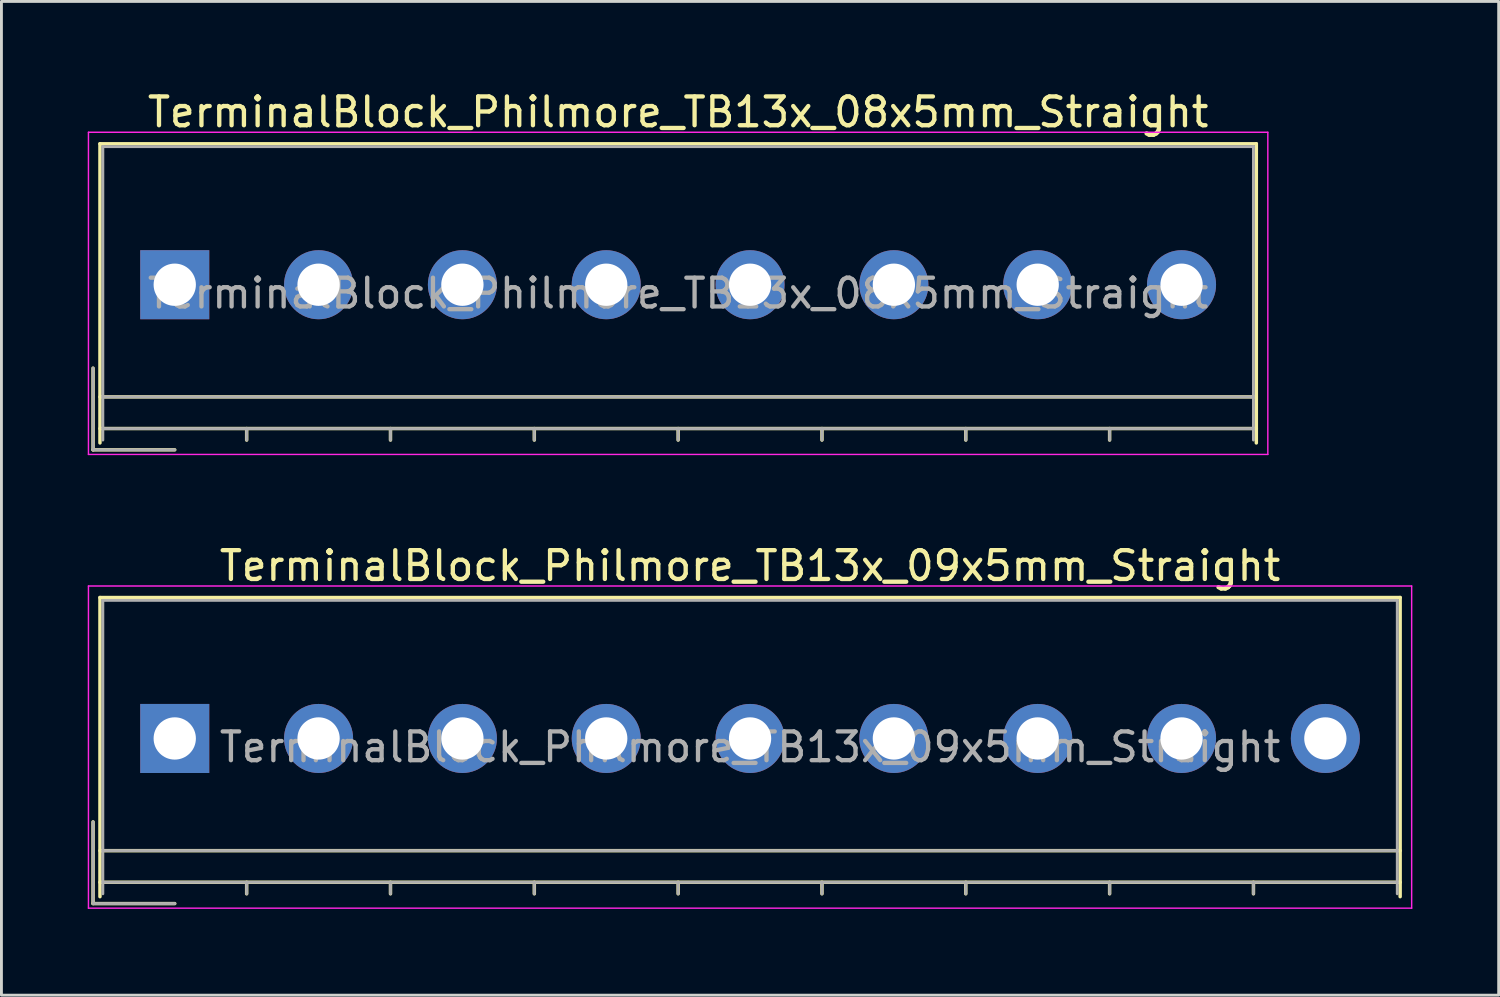
<source format=kicad_pcb>
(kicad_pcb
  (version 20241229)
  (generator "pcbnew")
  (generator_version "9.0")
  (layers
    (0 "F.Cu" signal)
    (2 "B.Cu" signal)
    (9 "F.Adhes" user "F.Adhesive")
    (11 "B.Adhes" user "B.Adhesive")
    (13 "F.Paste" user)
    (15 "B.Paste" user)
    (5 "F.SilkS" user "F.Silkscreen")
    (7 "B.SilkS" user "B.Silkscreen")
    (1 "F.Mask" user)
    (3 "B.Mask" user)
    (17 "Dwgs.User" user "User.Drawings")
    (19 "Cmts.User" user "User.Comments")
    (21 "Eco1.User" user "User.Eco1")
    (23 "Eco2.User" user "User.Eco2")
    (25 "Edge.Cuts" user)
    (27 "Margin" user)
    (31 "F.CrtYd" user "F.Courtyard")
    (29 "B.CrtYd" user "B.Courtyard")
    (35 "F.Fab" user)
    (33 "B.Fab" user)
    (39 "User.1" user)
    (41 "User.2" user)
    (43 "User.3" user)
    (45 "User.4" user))
  (footprint "TerminalBlock_Philmore_TB13x_09x5mm_Straight"
    (layer "F.Cu")
    (at 3.025 22.622)
    (property "Reference" "TerminalBlock_Philmore_TB13x_09x5mm_Straight" (at 20 -6 0) (layer "F.SilkS") (effects (font (size 1 1) (thickness 0.15))))
    (attr through_hole)
    (fp_line (start -2.84 2.9) (end -2.84 5.74) (stroke (width 0.12) (type solid)) (layer "F.SilkS"))
    (fp_line (start -2.84 5.74) (end 0 5.74) (stroke (width 0.12) (type solid)) (layer "F.SilkS"))
    (fp_line (start -2.6 -4.9) (end 42.6 -4.9) (stroke (width 0.12) (type solid)) (layer "F.SilkS"))
    (fp_line (start -2.6 3.9) (end 42.6 3.9) (stroke (width 0.12) (type solid)) (layer "F.SilkS"))
    (fp_line (start -2.6 5) (end 42.6 5) (stroke (width 0.12) (type solid)) (layer "F.SilkS"))
    (fp_line (start -2.6 5.5) (end -2.6 -4.9) (stroke (width 0.12) (type solid)) (layer "F.SilkS"))
    (fp_line (start 2.5 5) (end 2.5 5.4) (stroke (width 0.12) (type solid)) (layer "F.SilkS"))
    (fp_line (start 7.5 5) (end 7.5 5.4) (stroke (width 0.12) (type solid)) (layer "F.SilkS"))
    (fp_line (start 12.5 5) (end 12.5 5.4) (stroke (width 0.12) (type solid)) (layer "F.SilkS"))
    (fp_line (start 17.5 5) (end 17.5 5.4) (stroke (width 0.12) (type solid)) (layer "F.SilkS"))
    (fp_line (start 22.5 5) (end 22.5 5.4) (stroke (width 0.12) (type solid)) (layer "F.SilkS"))
    (fp_line (start 27.5 5) (end 27.5 5.4) (stroke (width 0.12) (type solid)) (layer "F.SilkS"))
    (fp_line (start 32.5 5) (end 32.5 5.4) (stroke (width 0.12) (type solid)) (layer "F.SilkS"))
    (fp_line (start 37.5 5) (end 37.5 5.4) (stroke (width 0.12) (type solid)) (layer "F.SilkS"))
    (fp_line (start 42.6 -4.9) (end 42.6 5.5) (stroke (width 0.12) (type solid)) (layer "F.SilkS"))
    (fp_line (start -3 -5.3) (end -3 5.9) (stroke (width 0.05) (type solid)) (layer "F.CrtYd"))
    (fp_line (start -3 5.9) (end 43 5.9) (stroke (width 0.05) (type solid)) (layer "F.CrtYd"))
    (fp_line (start 43 -5.3) (end -3 -5.3) (stroke (width 0.05) (type solid)) (layer "F.CrtYd"))
    (fp_line (start 43 5.9) (end 43 -5.3) (stroke (width 0.05) (type solid)) (layer "F.CrtYd"))
    (fp_line (start -2.84 2.9) (end -2.84 5.74) (stroke (width 0.1) (type solid)) (layer "F.Fab"))
    (fp_line (start -2.84 5.74) (end 0 5.74) (stroke (width 0.1) (type solid)) (layer "F.Fab"))
    (fp_line (start -2.5 -4.8) (end 42.5 -4.8) (stroke (width 0.1) (type solid)) (layer "F.Fab"))
    (fp_line (start -2.5 3.9) (end 42.5 3.9) (stroke (width 0.1) (type solid)) (layer "F.Fab"))
    (fp_line (start -2.5 5) (end 42.5 5) (stroke (width 0.1) (type solid)) (layer "F.Fab"))
    (fp_line (start -2.5 5.4) (end -2.5 -4.8) (stroke (width 0.1) (type solid)) (layer "F.Fab"))
    (fp_line (start 2.5 5) (end 2.5 5.4) (stroke (width 0.1) (type solid)) (layer "F.Fab"))
    (fp_line (start 7.5 5) (end 7.5 5.4) (stroke (width 0.1) (type solid)) (layer "F.Fab"))
    (fp_line (start 12.5 5) (end 12.5 5.4) (stroke (width 0.1) (type solid)) (layer "F.Fab"))
    (fp_line (start 17.5 5) (end 17.5 5.4) (stroke (width 0.1) (type solid)) (layer "F.Fab"))
    (fp_line (start 22.5 5) (end 22.5 5.4) (stroke (width 0.1) (type solid)) (layer "F.Fab"))
    (fp_line (start 27.5 5) (end 27.5 5.4) (stroke (width 0.1) (type solid)) (layer "F.Fab"))
    (fp_line (start 32.5 5) (end 32.5 5.4) (stroke (width 0.1) (type solid)) (layer "F.Fab"))
    (fp_line (start 37.5 5) (end 37.5 5.4) (stroke (width 0.1) (type solid)) (layer "F.Fab"))
    (fp_line (start 42.5 -4.8) (end 42.5 5.4) (stroke (width 0.1) (type solid)) (layer "F.Fab"))
    (fp_text user "${REFERENCE}" (at 20 0.3 0) (layer "F.Fab") (effects (font (size 1 1) (thickness 0.15))))
    (pad "1" thru_hole rect (at 0 0) (size 2.4 2.4) (drill 1.47) (layers "*.Cu" "*.Mask"))
    (pad "2" thru_hole circle (at 5 0) (size 2.4 2.4) (drill 1.47) (layers "*.Cu" "*.Mask"))
    (pad "3" thru_hole circle (at 10 0) (size 2.4 2.4) (drill 1.47) (layers "*.Cu" "*.Mask"))
    (pad "4" thru_hole circle (at 15 0) (size 2.4 2.4) (drill 1.47) (layers "*.Cu" "*.Mask"))
    (pad "5" thru_hole circle (at 20 0) (size 2.4 2.4) (drill 1.47) (layers "*.Cu" "*.Mask"))
    (pad "6" thru_hole circle (at 25 0) (size 2.4 2.4) (drill 1.47) (layers "*.Cu" "*.Mask"))
    (pad "7" thru_hole circle (at 30 0) (size 2.4 2.4) (drill 1.47) (layers "*.Cu" "*.Mask"))
    (pad "8" thru_hole circle (at 35 0) (size 2.4 2.4) (drill 1.47) (layers "*.Cu" "*.Mask"))
    (pad "9" thru_hole circle (at 40 0) (size 2.4 2.4) (drill 1.47) (layers "*.Cu" "*.Mask")))
  (footprint "TerminalBlock_Philmore_TB13x_08x5mm_Straight"
    (layer "F.Cu")
    (at 3.025 6.848)
    (property "Reference" "TerminalBlock_Philmore_TB13x_08x5mm_Straight" (at 17.5 -6 0) (layer "F.SilkS") (effects (font (size 1 1) (thickness 0.15))))
    (attr through_hole)
    (fp_line (start -2.84 2.9) (end -2.84 5.74) (stroke (width 0.12) (type solid)) (layer "F.SilkS"))
    (fp_line (start -2.84 5.74) (end 0 5.74) (stroke (width 0.12) (type solid)) (layer "F.SilkS"))
    (fp_line (start -2.6 -4.9) (end 37.6 -4.9) (stroke (width 0.12) (type solid)) (layer "F.SilkS"))
    (fp_line (start -2.6 3.9) (end 37.6 3.9) (stroke (width 0.12) (type solid)) (layer "F.SilkS"))
    (fp_line (start -2.6 5) (end 37.6 5) (stroke (width 0.12) (type solid)) (layer "F.SilkS"))
    (fp_line (start -2.6 5.5) (end -2.6 -4.9) (stroke (width 0.12) (type solid)) (layer "F.SilkS"))
    (fp_line (start 2.5 5) (end 2.5 5.4) (stroke (width 0.12) (type solid)) (layer "F.SilkS"))
    (fp_line (start 7.5 5) (end 7.5 5.4) (stroke (width 0.12) (type solid)) (layer "F.SilkS"))
    (fp_line (start 12.5 5) (end 12.5 5.4) (stroke (width 0.12) (type solid)) (layer "F.SilkS"))
    (fp_line (start 17.5 5) (end 17.5 5.4) (stroke (width 0.12) (type solid)) (layer "F.SilkS"))
    (fp_line (start 22.5 5) (end 22.5 5.4) (stroke (width 0.12) (type solid)) (layer "F.SilkS"))
    (fp_line (start 27.5 5) (end 27.5 5.4) (stroke (width 0.12) (type solid)) (layer "F.SilkS"))
    (fp_line (start 32.5 5) (end 32.5 5.4) (stroke (width 0.12) (type solid)) (layer "F.SilkS"))
    (fp_line (start 37.6 -4.9) (end 37.6 5.5) (stroke (width 0.12) (type solid)) (layer "F.SilkS"))
    (fp_line (start -3 -5.3) (end -3 5.9) (stroke (width 0.05) (type solid)) (layer "F.CrtYd"))
    (fp_line (start -3 5.9) (end 38 5.9) (stroke (width 0.05) (type solid)) (layer "F.CrtYd"))
    (fp_line (start 38 -5.3) (end -3 -5.3) (stroke (width 0.05) (type solid)) (layer "F.CrtYd"))
    (fp_line (start 38 5.9) (end 38 -5.3) (stroke (width 0.05) (type solid)) (layer "F.CrtYd"))
    (fp_line (start -2.84 2.9) (end -2.84 5.74) (stroke (width 0.1) (type solid)) (layer "F.Fab"))
    (fp_line (start -2.84 5.74) (end 0 5.74) (stroke (width 0.1) (type solid)) (layer "F.Fab"))
    (fp_line (start -2.5 -4.8) (end 37.5 -4.8) (stroke (width 0.1) (type solid)) (layer "F.Fab"))
    (fp_line (start -2.5 3.9) (end 37.5 3.9) (stroke (width 0.1) (type solid)) (layer "F.Fab"))
    (fp_line (start -2.5 5) (end 37.5 5) (stroke (width 0.1) (type solid)) (layer "F.Fab"))
    (fp_line (start -2.5 5.4) (end -2.5 -4.8) (stroke (width 0.1) (type solid)) (layer "F.Fab"))
    (fp_line (start 2.5 5) (end 2.5 5.4) (stroke (width 0.1) (type solid)) (layer "F.Fab"))
    (fp_line (start 7.5 5) (end 7.5 5.4) (stroke (width 0.1) (type solid)) (layer "F.Fab"))
    (fp_line (start 12.5 5) (end 12.5 5.4) (stroke (width 0.1) (type solid)) (layer "F.Fab"))
    (fp_line (start 17.5 5) (end 17.5 5.4) (stroke (width 0.1) (type solid)) (layer "F.Fab"))
    (fp_line (start 22.5 5) (end 22.5 5.4) (stroke (width 0.1) (type solid)) (layer "F.Fab"))
    (fp_line (start 27.5 5) (end 27.5 5.4) (stroke (width 0.1) (type solid)) (layer "F.Fab"))
    (fp_line (start 32.5 5) (end 32.5 5.4) (stroke (width 0.1) (type solid)) (layer "F.Fab"))
    (fp_line (start 37.5 -4.8) (end 37.5 5.4) (stroke (width 0.1) (type solid)) (layer "F.Fab"))
    (fp_text user "${REFERENCE}" (at 17.5 0.3 0) (layer "F.Fab") (effects (font (size 1 1) (thickness 0.15))))
    (pad "1" thru_hole rect (at 0 0) (size 2.4 2.4) (drill 1.47) (layers "*.Cu" "*.Mask"))
    (pad "2" thru_hole circle (at 5 0) (size 2.4 2.4) (drill 1.47) (layers "*.Cu" "*.Mask"))
    (pad "3" thru_hole circle (at 10 0) (size 2.4 2.4) (drill 1.47) (layers "*.Cu" "*.Mask"))
    (pad "4" thru_hole circle (at 15 0) (size 2.4 2.4) (drill 1.47) (layers "*.Cu" "*.Mask"))
    (pad "5" thru_hole circle (at 20 0) (size 2.4 2.4) (drill 1.47) (layers "*.Cu" "*.Mask"))
    (pad "6" thru_hole circle (at 25 0) (size 2.4 2.4) (drill 1.47) (layers "*.Cu" "*.Mask"))
    (pad "7" thru_hole circle (at 30 0) (size 2.4 2.4) (drill 1.47) (layers "*.Cu" "*.Mask"))
    (pad "8" thru_hole circle (at 35 0) (size 2.4 2.4) (drill 1.47) (layers "*.Cu" "*.Mask")))
  (gr_rect
    (start -3 -3)
    (end 49.05 31.547)
    (stroke (width 0.1) (type default))
    (fill no)
    (layer "Edge.Cuts")))
</source>
